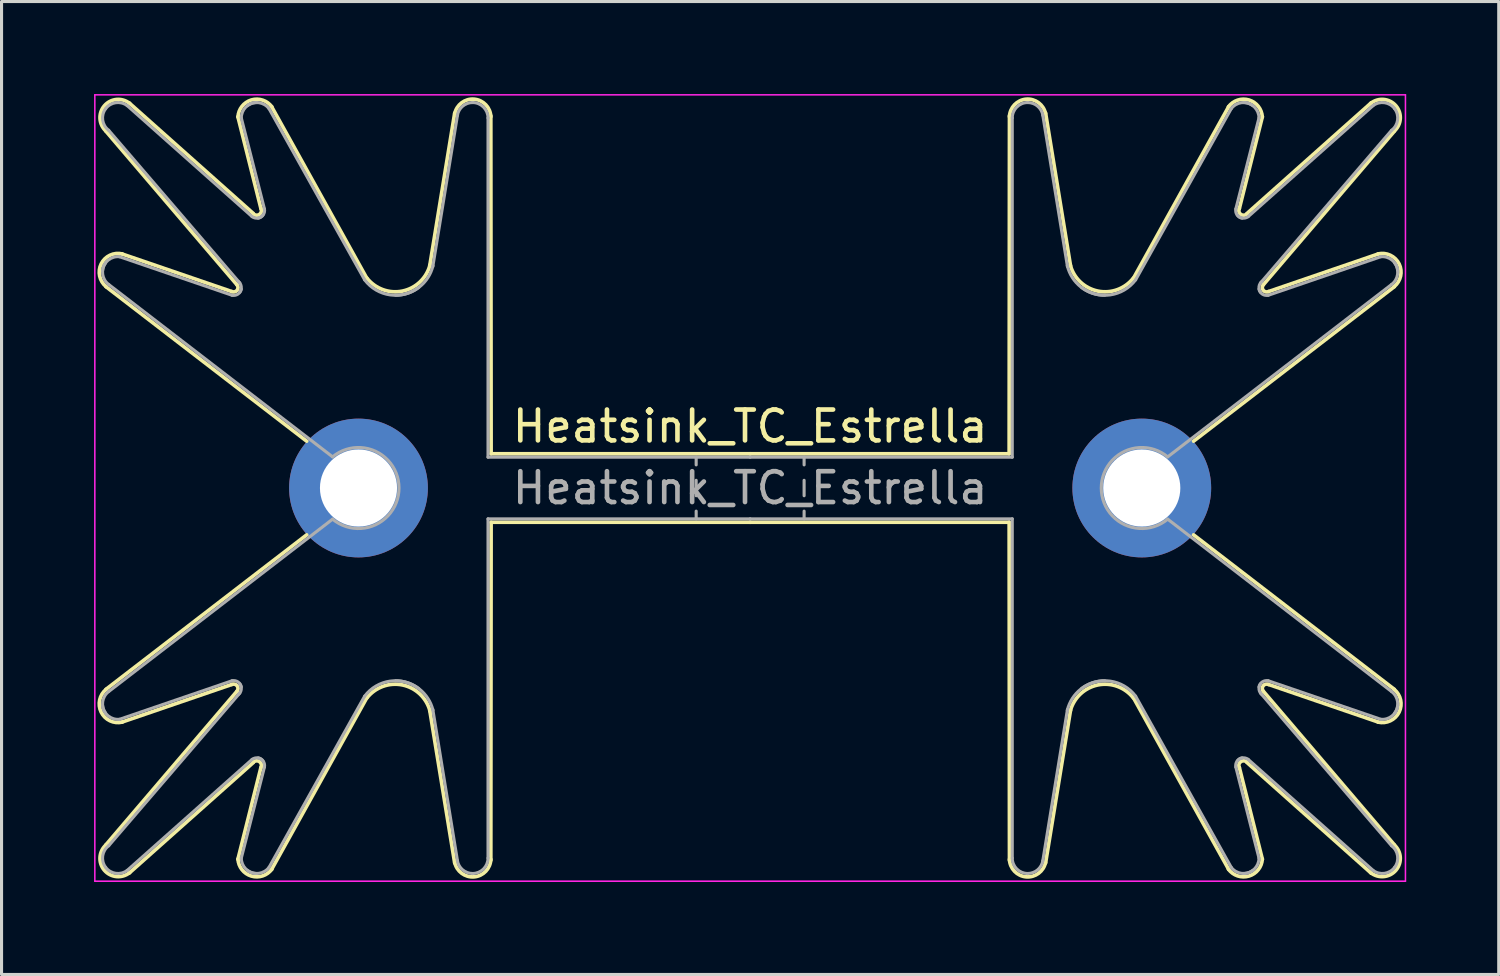
<source format=kicad_pcb>
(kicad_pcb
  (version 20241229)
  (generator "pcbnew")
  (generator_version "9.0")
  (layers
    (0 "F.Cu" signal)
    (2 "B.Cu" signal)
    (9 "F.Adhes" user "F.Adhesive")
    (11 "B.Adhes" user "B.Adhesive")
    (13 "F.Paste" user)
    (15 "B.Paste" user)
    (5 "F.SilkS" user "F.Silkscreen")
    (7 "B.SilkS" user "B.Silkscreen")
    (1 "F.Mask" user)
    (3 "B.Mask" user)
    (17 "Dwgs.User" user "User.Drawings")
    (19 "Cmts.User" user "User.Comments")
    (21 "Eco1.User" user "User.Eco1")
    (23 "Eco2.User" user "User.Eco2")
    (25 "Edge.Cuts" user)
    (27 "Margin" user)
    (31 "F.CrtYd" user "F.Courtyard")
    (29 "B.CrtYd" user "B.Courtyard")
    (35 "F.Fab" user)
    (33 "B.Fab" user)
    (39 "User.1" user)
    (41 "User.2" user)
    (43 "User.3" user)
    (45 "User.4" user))
  (footprint "Heatsink_TC_Estrella"
    (layer "F.Cu")
    (at 21.275 12.775)
    (property "Reference" "Heatsink_TC_Estrella" (at 0 -2 0) (layer "F.SilkS") (effects (font (size 1 1) (thickness 0.15))))
    (attr through_hole)
    (fp_line (start -20.89 -11.57) (end -16.64 -6.59) (stroke (width 0.12) (type solid)) (layer "F.SilkS"))
    (fp_line (start -20.89 -6.53) (end -14.38 -1.52) (stroke (width 0.12) (type solid)) (layer "F.SilkS"))
    (fp_line (start -20.89 6.53) (end -14.38 1.52) (stroke (width 0.12) (type solid)) (layer "F.SilkS"))
    (fp_line (start -20.89 11.57) (end -16.64 6.59) (stroke (width 0.12) (type solid)) (layer "F.SilkS"))
    (fp_line (start -16.81 -6.37) (end -20.37 -7.59) (stroke (width 0.12) (type solid)) (layer "F.SilkS"))
    (fp_line (start -16.81 6.37) (end -20.37 7.59) (stroke (width 0.12) (type solid)) (layer "F.SilkS"))
    (fp_line (start -16.61 -12.04) (end -15.86 -9.05) (stroke (width 0.12) (type solid)) (layer "F.SilkS"))
    (fp_line (start -16.61 12.04) (end -15.86 9.05) (stroke (width 0.12) (type solid)) (layer "F.SilkS"))
    (fp_line (start -16.11 -8.9) (end -20.14 -12.49) (stroke (width 0.12) (type solid)) (layer "F.SilkS"))
    (fp_line (start -16.11 8.9) (end -20.14 12.49) (stroke (width 0.12) (type solid)) (layer "F.SilkS"))
    (fp_line (start -12.43 -6.8) (end -15.52 -12.37) (stroke (width 0.12) (type solid)) (layer "F.SilkS"))
    (fp_line (start -12.43 6.8) (end -15.52 12.37) (stroke (width 0.12) (type solid)) (layer "F.SilkS"))
    (fp_line (start -9.58 -12.16) (end -10.39 -7.2) (stroke (width 0.12) (type solid)) (layer "F.SilkS"))
    (fp_line (start -9.58 12.16) (end -10.39 7.2) (stroke (width 0.12) (type solid)) (layer "F.SilkS"))
    (fp_line (start -8.41 -12.07) (end -8.4 -1.11) (stroke (width 0.12) (type solid)) (layer "F.SilkS"))
    (fp_line (start -8.41 12.07) (end -8.4 1.11) (stroke (width 0.12) (type solid)) (layer "F.SilkS"))
    (fp_line (start -8.4 -1.11) (end 0 -1.11) (stroke (width 0.12) (type solid)) (layer "F.SilkS"))
    (fp_line (start -8.4 1.11) (end 0 1.11) (stroke (width 0.12) (type solid)) (layer "F.SilkS"))
    (fp_line (start 8.4 -1.11) (end 0 -1.11) (stroke (width 0.12) (type solid)) (layer "F.SilkS"))
    (fp_line (start 8.4 1.11) (end 0 1.11) (stroke (width 0.12) (type solid)) (layer "F.SilkS"))
    (fp_line (start 8.41 -12.07) (end 8.4 -1.11) (stroke (width 0.12) (type solid)) (layer "F.SilkS"))
    (fp_line (start 8.41 12.07) (end 8.4 1.11) (stroke (width 0.12) (type solid)) (layer "F.SilkS"))
    (fp_line (start 9.58 -12.16) (end 10.39 -7.2) (stroke (width 0.12) (type solid)) (layer "F.SilkS"))
    (fp_line (start 9.58 12.16) (end 10.39 7.2) (stroke (width 0.12) (type solid)) (layer "F.SilkS"))
    (fp_line (start 12.43 -6.8) (end 15.52 -12.37) (stroke (width 0.12) (type solid)) (layer "F.SilkS"))
    (fp_line (start 12.43 6.8) (end 15.52 12.37) (stroke (width 0.12) (type solid)) (layer "F.SilkS"))
    (fp_line (start 16.11 -8.9) (end 20.14 -12.49) (stroke (width 0.12) (type solid)) (layer "F.SilkS"))
    (fp_line (start 16.11 8.9) (end 20.14 12.49) (stroke (width 0.12) (type solid)) (layer "F.SilkS"))
    (fp_line (start 16.61 -12.04) (end 15.86 -9.05) (stroke (width 0.12) (type solid)) (layer "F.SilkS"))
    (fp_line (start 16.61 12.04) (end 15.86 9.05) (stroke (width 0.12) (type solid)) (layer "F.SilkS"))
    (fp_line (start 16.81 -6.37) (end 20.37 -7.59) (stroke (width 0.12) (type solid)) (layer "F.SilkS"))
    (fp_line (start 16.81 6.37) (end 20.37 7.59) (stroke (width 0.12) (type solid)) (layer "F.SilkS"))
    (fp_line (start 20.89 -11.57) (end 16.64 -6.59) (stroke (width 0.12) (type solid)) (layer "F.SilkS"))
    (fp_line (start 20.89 -6.53) (end 14.38 -1.52) (stroke (width 0.12) (type solid)) (layer "F.SilkS"))
    (fp_line (start 20.89 6.53) (end 14.38 1.52) (stroke (width 0.12) (type solid)) (layer "F.SilkS"))
    (fp_line (start 20.89 11.57) (end 16.64 6.59) (stroke (width 0.12) (type solid)) (layer "F.SilkS"))
    (fp_arc (start -20.883567 -11.569995) (mid -20.940157 -12.391914) (end -20.12 -12.47) (stroke (width 0.12) (type solid)) (layer "F.SilkS"))
    (fp_arc (start -20.88201 -6.529077) (mid -21.044088 -7.26771) (end -20.36 -7.59) (stroke (width 0.12) (type solid)) (layer "F.SilkS"))
    (fp_arc (start -20.36 7.59) (mid -21.044305 7.267269) (end -20.881246 6.528459) (stroke (width 0.12) (type solid)) (layer "F.SilkS"))
    (fp_arc (start -20.12 12.47) (mid -20.940246 12.391809) (end -20.883361 11.56981) (stroke (width 0.12) (type solid)) (layer "F.SilkS"))
    (fp_arc (start -16.81 6.37) (mid -16.635916 6.413485) (end -16.641006 6.592846) (stroke (width 0.12) (type solid)) (layer "F.SilkS"))
    (fp_arc (start -16.641005 -6.592844) (mid -16.635917 -6.413484) (end -16.81 -6.37) (stroke (width 0.12) (type solid)) (layer "F.SilkS"))
    (fp_arc (start -16.607253 -12.030714) (mid -16.174769 -12.58237) (end -15.51 -12.36) (stroke (width 0.12) (type solid)) (layer "F.SilkS"))
    (fp_arc (start -16.11 8.89) (mid -15.907388 8.875008) (end -15.862738 9.073206) (stroke (width 0.12) (type solid)) (layer "F.SilkS"))
    (fp_arc (start -15.862646 -9.073033) (mid -15.907467 -8.87495) (end -16.11 -8.89) (stroke (width 0.12) (type solid)) (layer "F.SilkS"))
    (fp_arc (start -15.51 12.36) (mid -16.175176 12.582248) (end -16.607296 12.029866) (stroke (width 0.12) (type solid)) (layer "F.SilkS"))
    (fp_arc (start -12.43 6.81) (mid -11.270695 6.386526) (end -10.37849 7.239338) (stroke (width 0.12) (type solid)) (layer "F.SilkS"))
    (fp_arc (start -10.378725 -7.238423) (mid -11.271157 -6.386429) (end -12.43 -6.81) (stroke (width 0.12) (type solid)) (layer "F.SilkS"))
    (fp_arc (start -9.578367 -12.138285) (mid -8.950514 -12.608261) (end -8.41 -12.04) (stroke (width 0.12) (type solid)) (layer "F.SilkS"))
    (fp_arc (start -8.41 12.04) (mid -8.950833 12.608288) (end -9.578495 12.137659) (stroke (width 0.12) (type solid)) (layer "F.SilkS"))
    (fp_arc (start 8.41 -12.04) (mid 8.950833 -12.608288) (end 9.578495 -12.137659) (stroke (width 0.12) (type solid)) (layer "F.SilkS"))
    (fp_arc (start 9.578367 12.138285) (mid 8.950514 12.608261) (end 8.41 12.04) (stroke (width 0.12) (type solid)) (layer "F.SilkS"))
    (fp_arc (start 10.378725 7.238423) (mid 11.271157 6.386429) (end 12.43 6.81) (stroke (width 0.12) (type solid)) (layer "F.SilkS"))
    (fp_arc (start 12.43 -6.81) (mid 11.270695 -6.386526) (end 10.37849 -7.239338) (stroke (width 0.12) (type solid)) (layer "F.SilkS"))
    (fp_arc (start 15.51 -12.36) (mid 16.175176 -12.582248) (end 16.607296 -12.029866) (stroke (width 0.12) (type solid)) (layer "F.SilkS"))
    (fp_arc (start 15.862646 9.073033) (mid 15.907467 8.87495) (end 16.11 8.89) (stroke (width 0.12) (type solid)) (layer "F.SilkS"))
    (fp_arc (start 16.11 -8.89) (mid 15.907388 -8.875008) (end 15.862738 -9.073206) (stroke (width 0.12) (type solid)) (layer "F.SilkS"))
    (fp_arc (start 16.607253 12.030714) (mid 16.174769 12.58237) (end 15.51 12.36) (stroke (width 0.12) (type solid)) (layer "F.SilkS"))
    (fp_arc (start 16.641005 6.592844) (mid 16.635917 6.413484) (end 16.81 6.37) (stroke (width 0.12) (type solid)) (layer "F.SilkS"))
    (fp_arc (start 16.81 -6.37) (mid 16.635916 -6.413485) (end 16.641006 -6.592846) (stroke (width 0.12) (type solid)) (layer "F.SilkS"))
    (fp_arc (start 20.12 -12.47) (mid 20.940246 -12.391809) (end 20.883361 -11.56981) (stroke (width 0.12) (type solid)) (layer "F.SilkS"))
    (fp_arc (start 20.36 -7.59) (mid 21.044305 -7.267269) (end 20.881246 -6.528459) (stroke (width 0.12) (type solid)) (layer "F.SilkS"))
    (fp_arc (start 20.88201 6.529077) (mid 21.044088 7.26771) (end 20.36 7.59) (stroke (width 0.12) (type solid)) (layer "F.SilkS"))
    (fp_arc (start 20.883567 11.569995) (mid 20.940157 12.391914) (end 20.12 12.47) (stroke (width 0.12) (type solid)) (layer "F.SilkS"))
    (fp_line (start -21.25 -12.75) (end -21.25 12.75) (stroke (width 0.05) (type solid)) (layer "F.CrtYd"))
    (fp_line (start -21.25 -12.75) (end 21.25 -12.75) (stroke (width 0.05) (type solid)) (layer "F.CrtYd"))
    (fp_line (start 21.25 12.75) (end -21.25 12.75) (stroke (width 0.05) (type solid)) (layer "F.CrtYd"))
    (fp_line (start 21.25 12.75) (end 21.25 -12.75) (stroke (width 0.05) (type solid)) (layer "F.CrtYd"))
    (fp_line (start -20.8 -6.6) (end -13.54 -1.01) (stroke (width 0.1) (type solid)) (layer "F.Fab"))
    (fp_line (start -20.8 6.6) (end -13.54 1.01) (stroke (width 0.1) (type solid)) (layer "F.Fab"))
    (fp_line (start -16.8 -6.25) (end -20.45 -7.5) (stroke (width 0.1) (type solid)) (layer "F.Fab"))
    (fp_line (start -16.8 6.25) (end -20.45 7.5) (stroke (width 0.1) (type solid)) (layer "F.Fab"))
    (fp_line (start -16.55 -6.65) (end -20.8 -11.6) (stroke (width 0.1) (type solid)) (layer "F.Fab"))
    (fp_line (start -16.55 6.65) (end -20.8 11.6) (stroke (width 0.1) (type solid)) (layer "F.Fab"))
    (fp_line (start -16.5 -12) (end -15.75 -9.05) (stroke (width 0.1) (type solid)) (layer "F.Fab"))
    (fp_line (start -16.5 12) (end -15.75 9.05) (stroke (width 0.1) (type solid)) (layer "F.Fab"))
    (fp_line (start -16.15 -8.8) (end -20.2 -12.4) (stroke (width 0.1) (type solid)) (layer "F.Fab"))
    (fp_line (start -16.15 8.8) (end -20.2 12.4) (stroke (width 0.1) (type solid)) (layer "F.Fab"))
    (fp_line (start -12.5 -6.75) (end -15.6 -12.3) (stroke (width 0.1) (type solid)) (layer "F.Fab"))
    (fp_line (start -12.5 6.75) (end -15.6 12.3) (stroke (width 0.1) (type solid)) (layer "F.Fab"))
    (fp_line (start -9.49 -12.09) (end -10.29 -7.18) (stroke (width 0.1) (type solid)) (layer "F.Fab"))
    (fp_line (start -9.49 12.09) (end -10.29 7.18) (stroke (width 0.1) (type solid)) (layer "F.Fab"))
    (fp_line (start -8.5 -12) (end -8.5 -1) (stroke (width 0.1) (type solid)) (layer "F.Fab"))
    (fp_line (start -8.5 12) (end -8.5 1) (stroke (width 0.1) (type solid)) (layer "F.Fab"))
    (fp_line (start -1.75 -1) (end -1.75 -0.75) (stroke (width 0.1) (type solid)) (layer "F.Fab"))
    (fp_line (start -1.75 -0.25) (end -1.75 0.25) (stroke (width 0.1) (type solid)) (layer "F.Fab"))
    (fp_line (start -1.75 1) (end -1.75 0.75) (stroke (width 0.1) (type solid)) (layer "F.Fab"))
    (fp_line (start 0 -1) (end -8.5 -1) (stroke (width 0.1) (type solid)) (layer "F.Fab"))
    (fp_line (start 0 -1) (end 8.5 -1) (stroke (width 0.1) (type solid)) (layer "F.Fab"))
    (fp_line (start 0 1) (end -8.5 1) (stroke (width 0.1) (type solid)) (layer "F.Fab"))
    (fp_line (start 0 1) (end 8.5 1) (stroke (width 0.1) (type solid)) (layer "F.Fab"))
    (fp_line (start 1.75 -1) (end 1.75 -0.75) (stroke (width 0.1) (type solid)) (layer "F.Fab"))
    (fp_line (start 1.75 -0.25) (end 1.75 0.25) (stroke (width 0.1) (type solid)) (layer "F.Fab"))
    (fp_line (start 1.75 0.75) (end 1.75 1) (stroke (width 0.1) (type solid)) (layer "F.Fab"))
    (fp_line (start 8.5 -12) (end 8.5 -1) (stroke (width 0.1) (type solid)) (layer "F.Fab"))
    (fp_line (start 8.5 12) (end 8.5 1) (stroke (width 0.1) (type solid)) (layer "F.Fab"))
    (fp_line (start 9.49 -12.09) (end 10.29 -7.18) (stroke (width 0.1) (type solid)) (layer "F.Fab"))
    (fp_line (start 9.49 12.09) (end 10.29 7.18) (stroke (width 0.1) (type solid)) (layer "F.Fab"))
    (fp_line (start 12.5 -6.75) (end 15.6 -12.3) (stroke (width 0.1) (type solid)) (layer "F.Fab"))
    (fp_line (start 12.5 6.75) (end 15.6 12.3) (stroke (width 0.1) (type solid)) (layer "F.Fab"))
    (fp_line (start 16.15 -8.8) (end 20.2 -12.4) (stroke (width 0.1) (type solid)) (layer "F.Fab"))
    (fp_line (start 16.15 8.8) (end 20.2 12.4) (stroke (width 0.1) (type solid)) (layer "F.Fab"))
    (fp_line (start 16.5 -12) (end 15.75 -9.05) (stroke (width 0.1) (type solid)) (layer "F.Fab"))
    (fp_line (start 16.5 12) (end 15.75 9.05) (stroke (width 0.1) (type solid)) (layer "F.Fab"))
    (fp_line (start 16.55 -6.65) (end 20.8 -11.6) (stroke (width 0.1) (type solid)) (layer "F.Fab"))
    (fp_line (start 16.55 6.65) (end 20.8 11.6) (stroke (width 0.1) (type solid)) (layer "F.Fab"))
    (fp_line (start 16.8 -6.25) (end 20.45 -7.5) (stroke (width 0.1) (type solid)) (layer "F.Fab"))
    (fp_line (start 16.8 6.25) (end 20.45 7.5) (stroke (width 0.1) (type solid)) (layer "F.Fab"))
    (fp_line (start 20.8 -6.6) (end 13.54 -1.01) (stroke (width 0.1) (type solid)) (layer "F.Fab"))
    (fp_line (start 20.8 6.6) (end 13.54 1.01) (stroke (width 0.1) (type solid)) (layer "F.Fab"))
    (fp_arc (start -21 -7.05) (mid -20.818198 -7.388909) (end -20.45 -7.5) (stroke (width 0.1) (type solid)) (layer "F.Fab"))
    (fp_arc (start -20.9 -12.3) (mid -20.570711 -12.494975) (end -20.2 -12.4) (stroke (width 0.1) (type solid)) (layer "F.Fab"))
    (fp_arc (start -20.9 7.3) (mid -20.994975 6.929289) (end -20.8 6.6) (stroke (width 0.1) (type solid)) (layer "F.Fab"))
    (fp_arc (start -20.9 12.3) (mid -20.994975 11.929289) (end -20.8 11.6) (stroke (width 0.1) (type solid)) (layer "F.Fab"))
    (fp_arc (start -20.8 -11.6) (mid -20.994975 -11.929289) (end -20.9 -12.3) (stroke (width 0.1) (type solid)) (layer "F.Fab"))
    (fp_arc (start -20.8 -6.6) (mid -20.994975 -6.929289) (end -20.9 -7.3) (stroke (width 0.1) (type solid)) (layer "F.Fab"))
    (fp_arc (start -20.45 7.5) (mid -20.818198 7.388909) (end -21 7.05) (stroke (width 0.1) (type solid)) (layer "F.Fab"))
    (fp_arc (start -20.2 12.4) (mid -20.570711 12.494975) (end -20.9 12.3) (stroke (width 0.1) (type solid)) (layer "F.Fab"))
    (fp_arc (start -16.8 6.25) (mid -16.608579 6.287868) (end -16.5 6.45) (stroke (width 0.1) (type solid)) (layer "F.Fab"))
    (fp_arc (start -16.6 -6.7) (mid -16.502513 -6.535355) (end -16.55 -6.35) (stroke (width 0.1) (type solid)) (layer "F.Fab"))
    (fp_arc (start -16.55 6.35) (mid -16.502513 6.535355) (end -16.6 6.7) (stroke (width 0.1) (type solid)) (layer "F.Fab"))
    (fp_arc (start -16.5 -12) (mid -16.353553 -12.353553) (end -16 -12.5) (stroke (width 0.1) (type solid)) (layer "F.Fab"))
    (fp_arc (start -16.5 -6.45) (mid -16.608579 -6.287868) (end -16.8 -6.25) (stroke (width 0.1) (type solid)) (layer "F.Fab"))
    (fp_arc (start -16.3 -12.4) (mid -15.929289 -12.494975) (end -15.6 -12.3) (stroke (width 0.1) (type solid)) (layer "F.Fab"))
    (fp_arc (start -16.15 8.8) (mid -15.964645 8.752513) (end -15.8 8.85) (stroke (width 0.1) (type solid)) (layer "F.Fab"))
    (fp_arc (start -16 12.5) (mid -16.353553 12.353553) (end -16.5 12) (stroke (width 0.1) (type solid)) (layer "F.Fab"))
    (fp_arc (start -15.95 8.75) (mid -15.787868 8.858579) (end -15.75 9.05) (stroke (width 0.1) (type solid)) (layer "F.Fab"))
    (fp_arc (start -15.8 -8.85) (mid -15.964645 -8.752513) (end -16.15 -8.8) (stroke (width 0.1) (type solid)) (layer "F.Fab"))
    (fp_arc (start -15.75 -9.05) (mid -15.787868 -8.858579) (end -15.95 -8.75) (stroke (width 0.1) (type solid)) (layer "F.Fab"))
    (fp_arc (start -15.6 12.3) (mid -15.929289 12.494975) (end -16.3 12.4) (stroke (width 0.1) (type solid)) (layer "F.Fab"))
    (fp_arc (start -13.54 -1.01) (mid -11.386341 0.000006) (end -13.54001 1.009992) (stroke (width 0.1) (type solid)) (layer "F.Fab"))
    (fp_arc (start -12.5 6.75) (mid -11.676777 6.262563) (end -10.75 6.5) (stroke (width 0.1) (type solid)) (layer "F.Fab"))
    (fp_arc (start -11.5 6.25) (mid -10.725943 6.518504) (end -10.284425 7.208664) (stroke (width 0.1) (type solid)) (layer "F.Fab"))
    (fp_arc (start -10.75 -6.5) (mid -11.676777 -6.262563) (end -12.5 -6.75) (stroke (width 0.1) (type solid)) (layer "F.Fab"))
    (fp_arc (start -10.284538 -7.208193) (mid -10.726133 -6.518354) (end -11.5 -6.25) (stroke (width 0.1) (type solid)) (layer "F.Fab"))
    (fp_arc (start -9.493428 -12.080802) (mid -9.323728 -12.381052) (end -9 -12.5) (stroke (width 0.1) (type solid)) (layer "F.Fab"))
    (fp_arc (start -9 -12.5) (mid -8.646447 -12.353553) (end -8.5 -12) (stroke (width 0.1) (type solid)) (layer "F.Fab"))
    (fp_arc (start -9 12.5) (mid -9.323819 12.380974) (end -9.493467 12.080565) (stroke (width 0.1) (type solid)) (layer "F.Fab"))
    (fp_arc (start -8.5 12) (mid -8.646447 12.353553) (end -9 12.5) (stroke (width 0.1) (type solid)) (layer "F.Fab"))
    (fp_arc (start 8.5 -12) (mid 8.646447 -12.353553) (end 9 -12.5) (stroke (width 0.1) (type solid)) (layer "F.Fab"))
    (fp_arc (start 9 -12.5) (mid 9.323819 -12.380974) (end 9.493467 -12.080565) (stroke (width 0.1) (type solid)) (layer "F.Fab"))
    (fp_arc (start 9 12.5) (mid 8.646447 12.353553) (end 8.5 12) (stroke (width 0.1) (type solid)) (layer "F.Fab"))
    (fp_arc (start 9.493428 12.080802) (mid 9.323728 12.381052) (end 9 12.5) (stroke (width 0.1) (type solid)) (layer "F.Fab"))
    (fp_arc (start 10.284538 7.208193) (mid 10.726133 6.518354) (end 11.5 6.25) (stroke (width 0.1) (type solid)) (layer "F.Fab"))
    (fp_arc (start 10.75 6.5) (mid 11.676777 6.262563) (end 12.5 6.75) (stroke (width 0.1) (type solid)) (layer "F.Fab"))
    (fp_arc (start 11.5 -6.25) (mid 10.725943 -6.518504) (end 10.284425 -7.208664) (stroke (width 0.1) (type solid)) (layer "F.Fab"))
    (fp_arc (start 12.5 -6.75) (mid 11.676777 -6.262563) (end 10.75 -6.5) (stroke (width 0.1) (type solid)) (layer "F.Fab"))
    (fp_arc (start 13.54 1.01) (mid 11.386341 -0.000006) (end 13.54001 -1.009992) (stroke (width 0.1) (type solid)) (layer "F.Fab"))
    (fp_arc (start 15.6 -12.3) (mid 15.929289 -12.494975) (end 16.3 -12.4) (stroke (width 0.1) (type solid)) (layer "F.Fab"))
    (fp_arc (start 15.75 9.05) (mid 15.787868 8.858579) (end 15.95 8.75) (stroke (width 0.1) (type solid)) (layer "F.Fab"))
    (fp_arc (start 15.8 8.85) (mid 15.964645 8.752513) (end 16.15 8.8) (stroke (width 0.1) (type solid)) (layer "F.Fab"))
    (fp_arc (start 15.95 -8.75) (mid 15.787868 -8.858579) (end 15.75 -9.05) (stroke (width 0.1) (type solid)) (layer "F.Fab"))
    (fp_arc (start 16 -12.5) (mid 16.353553 -12.353553) (end 16.5 -12) (stroke (width 0.1) (type solid)) (layer "F.Fab"))
    (fp_arc (start 16.15 -8.8) (mid 15.964645 -8.752513) (end 15.8 -8.85) (stroke (width 0.1) (type solid)) (layer "F.Fab"))
    (fp_arc (start 16.3 12.4) (mid 15.929289 12.494975) (end 15.6 12.3) (stroke (width 0.1) (type solid)) (layer "F.Fab"))
    (fp_arc (start 16.5 6.45) (mid 16.608579 6.287868) (end 16.8 6.25) (stroke (width 0.1) (type solid)) (layer "F.Fab"))
    (fp_arc (start 16.5 12) (mid 16.353553 12.353553) (end 16 12.5) (stroke (width 0.1) (type solid)) (layer "F.Fab"))
    (fp_arc (start 16.55 -6.35) (mid 16.502513 -6.535355) (end 16.6 -6.7) (stroke (width 0.1) (type solid)) (layer "F.Fab"))
    (fp_arc (start 16.6 6.7) (mid 16.502513 6.535355) (end 16.55 6.35) (stroke (width 0.1) (type solid)) (layer "F.Fab"))
    (fp_arc (start 16.8 -6.25) (mid 16.608579 -6.287868) (end 16.5 -6.45) (stroke (width 0.1) (type solid)) (layer "F.Fab"))
    (fp_arc (start 20.2 -12.4) (mid 20.570711 -12.494975) (end 20.9 -12.3) (stroke (width 0.1) (type solid)) (layer "F.Fab"))
    (fp_arc (start 20.45 -7.5) (mid 20.818198 -7.388909) (end 21 -7.05) (stroke (width 0.1) (type solid)) (layer "F.Fab"))
    (fp_arc (start 20.8 6.6) (mid 20.994975 6.929289) (end 20.9 7.3) (stroke (width 0.1) (type solid)) (layer "F.Fab"))
    (fp_arc (start 20.8 11.6) (mid 20.994975 11.929289) (end 20.9 12.3) (stroke (width 0.1) (type solid)) (layer "F.Fab"))
    (fp_arc (start 20.9 -12.3) (mid 20.994975 -11.929289) (end 20.8 -11.6) (stroke (width 0.1) (type solid)) (layer "F.Fab"))
    (fp_arc (start 20.9 -7.3) (mid 20.994975 -6.929289) (end 20.8 -6.6) (stroke (width 0.1) (type solid)) (layer "F.Fab"))
    (fp_arc (start 20.9 12.3) (mid 20.570711 12.494975) (end 20.2 12.4) (stroke (width 0.1) (type solid)) (layer "F.Fab"))
    (fp_arc (start 21 7.05) (mid 20.818198 7.388909) (end 20.45 7.5) (stroke (width 0.1) (type solid)) (layer "F.Fab"))
    (fp_text user "${REFERENCE}" (at 0 0 0) (layer "F.Fab") (effects (font (size 1 1) (thickness 0.15))))
    (pad "1" thru_hole circle (at -12.7 0 180) (size 4.5 4.5) (drill 2.5) (layers "*.Cu" "*.Mask"))
    (pad "2" thru_hole circle (at 12.7 0) (size 4.5 4.5) (drill 2.5) (layers "*.Cu" "*.Mask")))
  (gr_rect
    (start -3 -3)
    (end 45.55 28.55)
    (stroke (width 0.1) (type default))
    (fill no)
    (layer "Edge.Cuts")))
</source>
